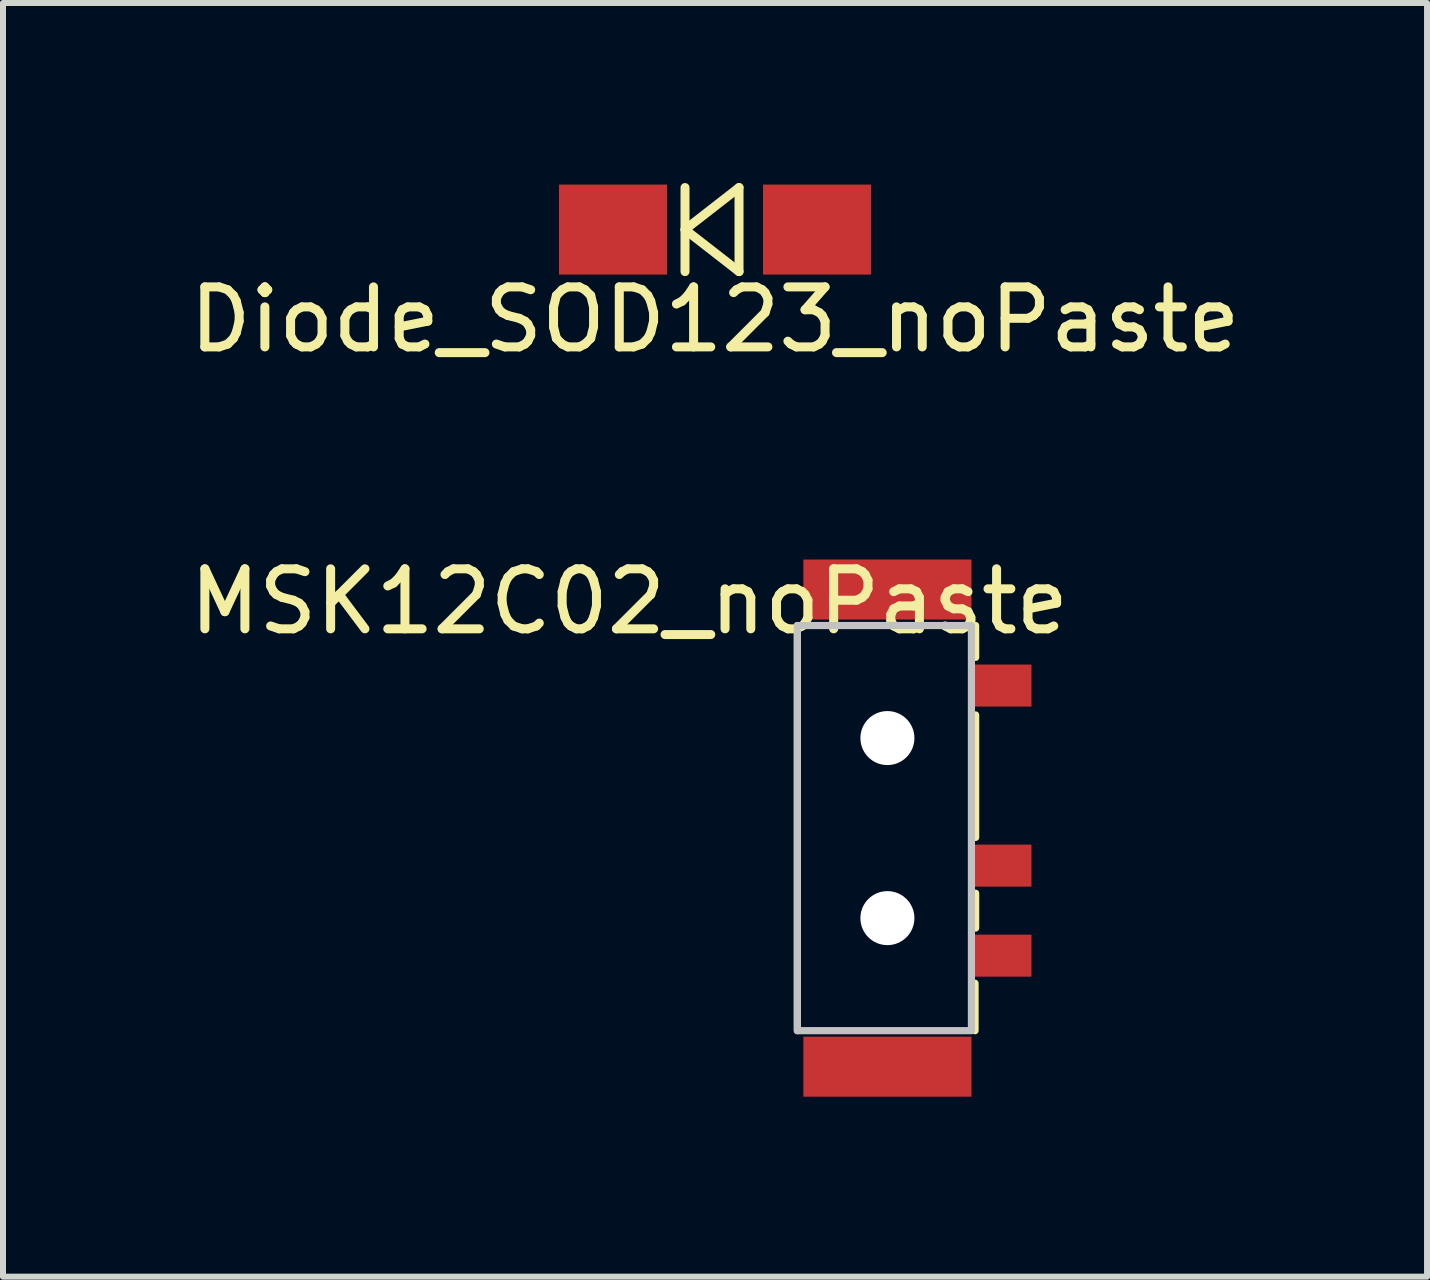
<source format=kicad_pcb>
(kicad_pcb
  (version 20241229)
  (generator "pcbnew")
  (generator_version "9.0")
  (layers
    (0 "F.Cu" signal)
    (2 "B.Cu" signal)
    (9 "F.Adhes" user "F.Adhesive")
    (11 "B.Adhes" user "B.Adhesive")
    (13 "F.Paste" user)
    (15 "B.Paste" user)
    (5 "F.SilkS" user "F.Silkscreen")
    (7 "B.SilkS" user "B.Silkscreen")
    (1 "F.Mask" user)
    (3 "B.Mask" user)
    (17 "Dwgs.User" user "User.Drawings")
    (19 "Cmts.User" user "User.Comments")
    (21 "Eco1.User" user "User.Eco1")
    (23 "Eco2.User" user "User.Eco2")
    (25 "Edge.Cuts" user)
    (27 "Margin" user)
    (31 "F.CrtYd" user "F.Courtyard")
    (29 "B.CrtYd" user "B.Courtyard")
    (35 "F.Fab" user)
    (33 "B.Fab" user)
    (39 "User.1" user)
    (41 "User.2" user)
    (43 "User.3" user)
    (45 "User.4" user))
  (footprint "MSK12C02_noPaste"
    (layer "F.Cu")
    (at 10.435 6.872)
    (property "Reference" "MSK12C02_noPaste" (at -3 0.1 0) (layer "F.SilkS") (effects (font (size 1 1) (thickness 0.15))))
    (attr smd)
    (fp_line (start -0.2 7.25) (end -0.2 0.5) (stroke (width 0.12) (type solid)) (layer "F.SilkS"))
    (fp_line (start 2.76 6.46) (end 2.76 7.25) (stroke (width 0.12) (type solid)) (layer "F.SilkS"))
    (fp_line (start 2.77 1.03) (end 2.77 0.5) (stroke (width 0.12) (type solid)) (layer "F.SilkS"))
    (fp_line (start 2.77 1.99) (end 2.77 4.03) (stroke (width 0.12) (type solid)) (layer "F.SilkS"))
    (fp_line (start 2.77 4.96) (end 2.77 5.54) (stroke (width 0.12) (type solid)) (layer "F.SilkS"))
    (fp_rect (start -0.2 0.5) (end 2.7 7.25) (stroke (width 0.12) (type solid)) (fill no) (layer "Dwgs.User"))
    (pad "" np_thru_hole circle (at 1.3 2.375) (size 0.9 0.9) (drill 0.9) (layers "*.Cu" "*.Mask"))
    (pad "" np_thru_hole circle (at 1.3 5.375) (size 0.9 0.9) (drill 0.9) (layers "*.Cu" "*.Mask"))
    (pad "1" smd rect (at 3.2 1.5 90) (size 0.7 1) (layers "F.Cu" "F.Mask"))
    (pad "2" smd rect (at 3.2 4.5 90) (size 0.7 1) (layers "F.Cu" "F.Mask"))
    (pad "3" smd rect (at 3.2 6 90) (size 0.7 1) (layers "F.Cu" "F.Paste"))
    (pad "MP" smd rect (at 1.3 -0.1) (size 2.8 1) (layers "F.Cu" "F.Mask"))
    (pad "MP" smd rect (at 1.3 7.85) (size 2.8 1) (layers "F.Cu" "F.Mask")))
  (footprint "Diode_SOD123_noPaste"
    (placed yes)
    (layer "F.Cu")
    (at 8.863 0.775)
    (property "Reference" "Diode_SOD123_noPaste" (at 0 1.5 0) (layer "F.SilkS") (effects (font (size 1 1) (thickness 0.15))))
    (attr smd)
    (fp_line (start -0.5 -0.7) (end -0.5 0.7) (stroke (width 0.15) (type solid)) (layer "F.SilkS"))
    (fp_line (start -0.5 0) (end 0.4 -0.7) (stroke (width 0.15) (type solid)) (layer "F.SilkS"))
    (fp_line (start 0.4 -0.7) (end 0.4 0.7) (stroke (width 0.15) (type solid)) (layer "F.SilkS"))
    (fp_line (start 0.4 0.7) (end -0.5 0) (stroke (width 0.15) (type solid)) (layer "F.SilkS"))
    (pad "1" smd rect (at -1.7 0) (size 1.8 1.5) (layers "F.Cu" "F.Mask"))
    (pad "2" smd rect (at 1.7 0) (size 1.8 1.5) (layers "F.Cu" "F.Mask")))
  (gr_rect
    (start -3 -3)
    (end 20.726 18.221)
    (stroke (width 0.1) (type default))
    (fill no)
    (layer "Edge.Cuts")))
</source>
